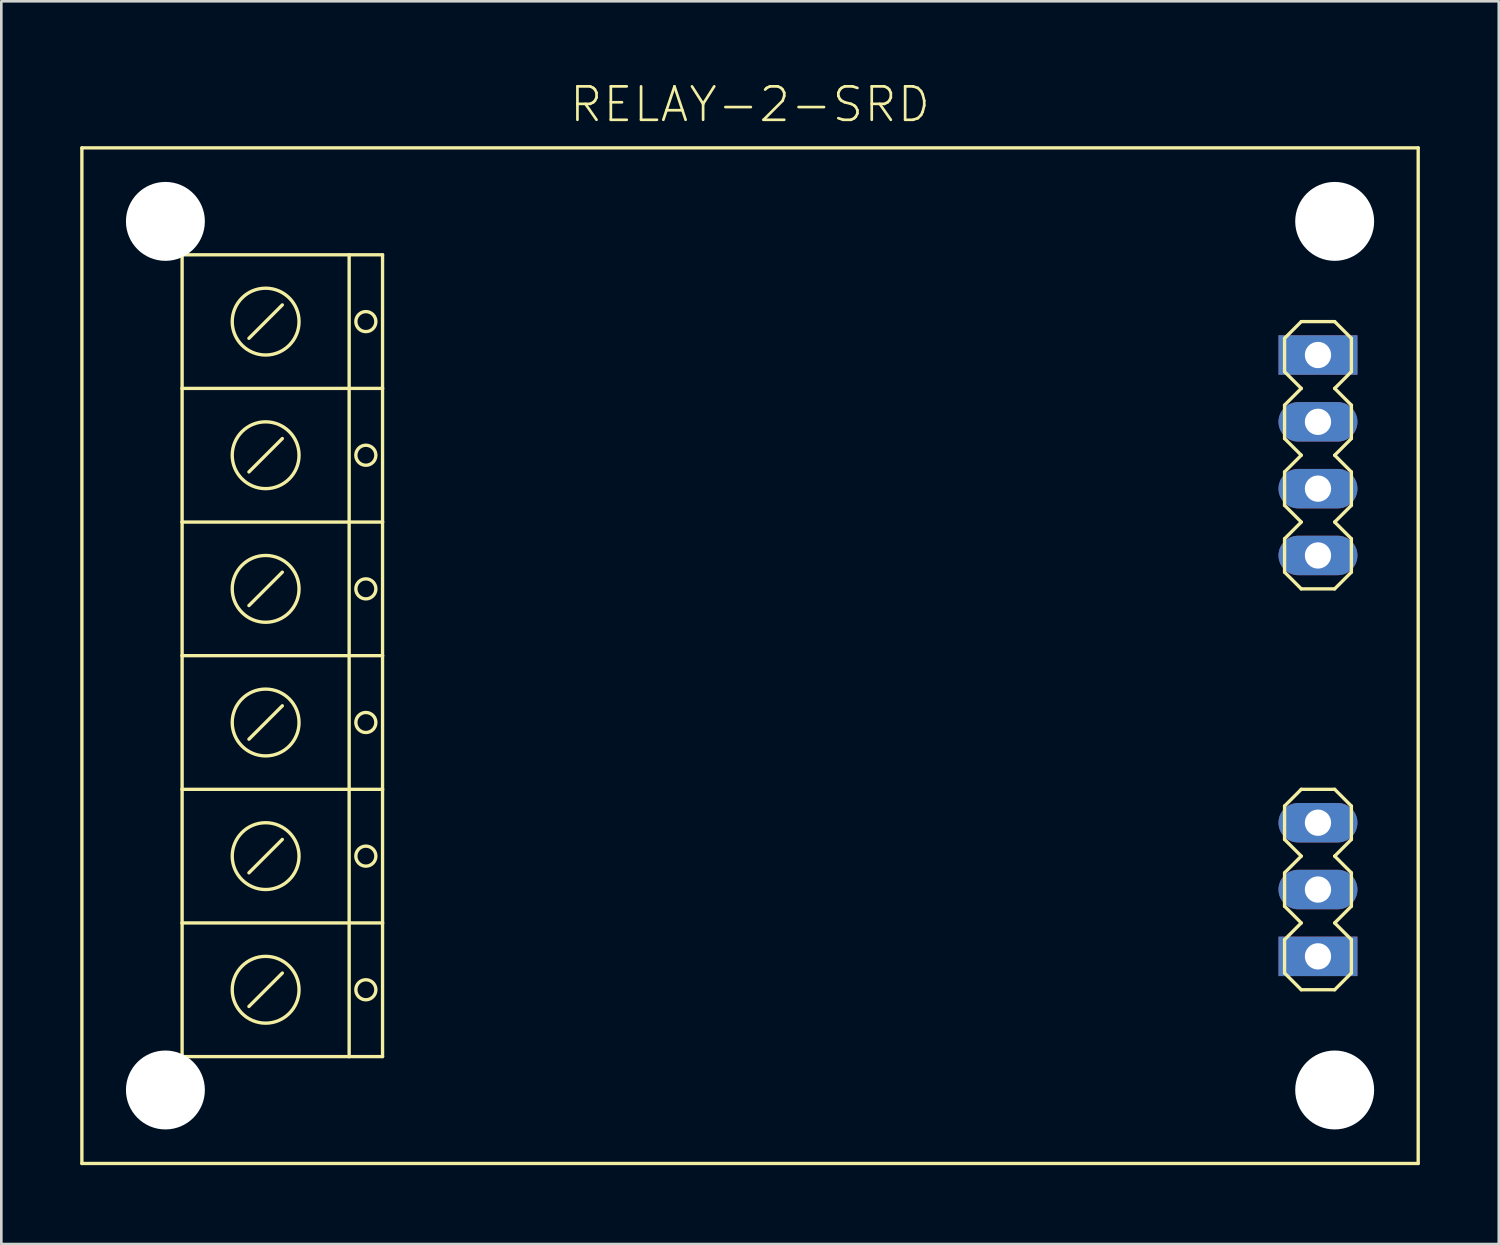
<source format=kicad_pcb>
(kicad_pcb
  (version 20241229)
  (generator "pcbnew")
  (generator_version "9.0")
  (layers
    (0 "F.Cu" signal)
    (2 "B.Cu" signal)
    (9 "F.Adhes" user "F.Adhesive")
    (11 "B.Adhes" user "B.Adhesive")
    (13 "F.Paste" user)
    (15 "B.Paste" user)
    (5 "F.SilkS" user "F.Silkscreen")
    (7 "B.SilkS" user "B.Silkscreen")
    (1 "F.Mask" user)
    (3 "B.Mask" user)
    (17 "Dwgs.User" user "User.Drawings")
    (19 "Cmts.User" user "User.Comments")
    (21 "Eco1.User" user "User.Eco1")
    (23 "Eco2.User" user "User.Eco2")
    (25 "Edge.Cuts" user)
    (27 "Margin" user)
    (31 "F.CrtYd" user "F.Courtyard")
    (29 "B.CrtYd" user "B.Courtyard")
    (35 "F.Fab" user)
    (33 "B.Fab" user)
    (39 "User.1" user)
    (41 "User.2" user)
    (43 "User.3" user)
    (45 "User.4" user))
  (footprint "RELAY-2-SRD"
    (layer "F.Cu")
    (at 25.463 21.876)
    (property "Reference" "RELAY-2-SRD" (at 0 -20.955 0) (layer "F.SilkS") (effects (font (size 1.27 1.27) (thickness 0.102))))
    (attr exclude_from_pos_files exclude_from_bom)
    (fp_line (start -25.4 -19.304) (end 25.4 -19.304) (stroke (width 0.127) (type solid)) (layer "F.SilkS"))
    (fp_line (start -25.4 19.304) (end -25.4 -19.304) (stroke (width 0.127) (type solid)) (layer "F.SilkS"))
    (fp_line (start -21.59 -15.24) (end -15.24 -15.24) (stroke (width 0.127) (type solid)) (layer "F.SilkS"))
    (fp_line (start -21.59 -10.16) (end -21.59 -15.24) (stroke (width 0.127) (type solid)) (layer "F.SilkS"))
    (fp_line (start -21.59 -5.08) (end -21.59 -10.16) (stroke (width 0.127) (type solid)) (layer "F.SilkS"))
    (fp_line (start -21.59 -5.08) (end -21.59 0) (stroke (width 0.127) (type solid)) (layer "F.SilkS"))
    (fp_line (start -21.59 0) (end -21.59 5.08) (stroke (width 0.127) (type solid)) (layer "F.SilkS"))
    (fp_line (start -21.59 0) (end -13.97 0) (stroke (width 0.127) (type solid)) (layer "F.SilkS"))
    (fp_line (start -21.59 5.08) (end -21.59 10.16) (stroke (width 0.127) (type solid)) (layer "F.SilkS"))
    (fp_line (start -21.59 5.08) (end -13.97 5.08) (stroke (width 0.127) (type solid)) (layer "F.SilkS"))
    (fp_line (start -21.59 10.16) (end -21.59 15.24) (stroke (width 0.127) (type solid)) (layer "F.SilkS"))
    (fp_line (start -21.59 10.16) (end -13.97 10.16) (stroke (width 0.127) (type solid)) (layer "F.SilkS"))
    (fp_line (start -21.59 15.24) (end -15.24 15.24) (stroke (width 0.127) (type solid)) (layer "F.SilkS"))
    (fp_line (start -17.78 -13.335) (end -19.05 -12.065) (stroke (width 0.127) (type solid)) (layer "F.SilkS"))
    (fp_line (start -17.78 -8.255) (end -19.05 -6.985) (stroke (width 0.127) (type solid)) (layer "F.SilkS"))
    (fp_line (start -17.78 -3.175) (end -19.05 -1.905) (stroke (width 0.127) (type solid)) (layer "F.SilkS"))
    (fp_line (start -17.78 1.905) (end -19.05 3.175) (stroke (width 0.127) (type solid)) (layer "F.SilkS"))
    (fp_line (start -17.78 6.985) (end -19.05 8.255) (stroke (width 0.127) (type solid)) (layer "F.SilkS"))
    (fp_line (start -17.78 12.065) (end -19.05 13.335) (stroke (width 0.127) (type solid)) (layer "F.SilkS"))
    (fp_line (start -15.24 -15.24) (end -15.24 15.24) (stroke (width 0.127) (type solid)) (layer "F.SilkS"))
    (fp_line (start -15.24 -15.24) (end -13.97 -15.24) (stroke (width 0.127) (type solid)) (layer "F.SilkS"))
    (fp_line (start -15.24 15.24) (end -13.97 15.24) (stroke (width 0.127) (type solid)) (layer "F.SilkS"))
    (fp_line (start -13.97 -15.24) (end -13.97 -10.16) (stroke (width 0.127) (type solid)) (layer "F.SilkS"))
    (fp_line (start -13.97 -10.16) (end -21.59 -10.16) (stroke (width 0.127) (type solid)) (layer "F.SilkS"))
    (fp_line (start -13.97 -10.16) (end -13.97 -5.08) (stroke (width 0.127) (type solid)) (layer "F.SilkS"))
    (fp_line (start -13.97 -5.08) (end -21.59 -5.08) (stroke (width 0.127) (type solid)) (layer "F.SilkS"))
    (fp_line (start -13.97 0) (end -13.97 -5.08) (stroke (width 0.127) (type solid)) (layer "F.SilkS"))
    (fp_line (start -13.97 5.08) (end -13.97 0) (stroke (width 0.127) (type solid)) (layer "F.SilkS"))
    (fp_line (start -13.97 10.16) (end -13.97 5.08) (stroke (width 0.127) (type solid)) (layer "F.SilkS"))
    (fp_line (start -13.97 15.24) (end -13.97 10.16) (stroke (width 0.127) (type solid)) (layer "F.SilkS"))
    (fp_line (start 20.32 -12.065) (end 20.955 -12.7) (stroke (width 0.127) (type solid)) (layer "F.SilkS"))
    (fp_line (start 20.32 -10.795) (end 20.32 -12.065) (stroke (width 0.127) (type solid)) (layer "F.SilkS"))
    (fp_line (start 20.32 -9.525) (end 20.955 -10.16) (stroke (width 0.127) (type solid)) (layer "F.SilkS"))
    (fp_line (start 20.32 -8.255) (end 20.32 -9.525) (stroke (width 0.127) (type solid)) (layer "F.SilkS"))
    (fp_line (start 20.32 -6.985) (end 20.955 -7.62) (stroke (width 0.127) (type solid)) (layer "F.SilkS"))
    (fp_line (start 20.32 -5.715) (end 20.32 -6.985) (stroke (width 0.127) (type solid)) (layer "F.SilkS"))
    (fp_line (start 20.32 -4.445) (end 20.955 -5.08) (stroke (width 0.127) (type solid)) (layer "F.SilkS"))
    (fp_line (start 20.32 -3.175) (end 20.32 -4.445) (stroke (width 0.127) (type solid)) (layer "F.SilkS"))
    (fp_line (start 20.32 5.715) (end 20.955 5.08) (stroke (width 0.127) (type solid)) (layer "F.SilkS"))
    (fp_line (start 20.32 6.985) (end 20.32 5.715) (stroke (width 0.127) (type solid)) (layer "F.SilkS"))
    (fp_line (start 20.32 8.255) (end 20.955 7.62) (stroke (width 0.127) (type solid)) (layer "F.SilkS"))
    (fp_line (start 20.32 9.525) (end 20.32 8.255) (stroke (width 0.127) (type solid)) (layer "F.SilkS"))
    (fp_line (start 20.32 10.795) (end 20.955 10.16) (stroke (width 0.127) (type solid)) (layer "F.SilkS"))
    (fp_line (start 20.32 12.065) (end 20.32 10.795) (stroke (width 0.127) (type solid)) (layer "F.SilkS"))
    (fp_line (start 20.955 -12.7) (end 22.225 -12.7) (stroke (width 0.127) (type solid)) (layer "F.SilkS"))
    (fp_line (start 20.955 -10.16) (end 20.32 -10.795) (stroke (width 0.127) (type solid)) (layer "F.SilkS"))
    (fp_line (start 20.955 -7.62) (end 20.32 -8.255) (stroke (width 0.127) (type solid)) (layer "F.SilkS"))
    (fp_line (start 20.955 -5.08) (end 20.32 -5.715) (stroke (width 0.127) (type solid)) (layer "F.SilkS"))
    (fp_line (start 20.955 -2.54) (end 20.32 -3.175) (stroke (width 0.127) (type solid)) (layer "F.SilkS"))
    (fp_line (start 20.955 5.08) (end 22.225 5.08) (stroke (width 0.127) (type solid)) (layer "F.SilkS"))
    (fp_line (start 20.955 7.62) (end 20.32 6.985) (stroke (width 0.127) (type solid)) (layer "F.SilkS"))
    (fp_line (start 20.955 10.16) (end 20.32 9.525) (stroke (width 0.127) (type solid)) (layer "F.SilkS"))
    (fp_line (start 20.955 12.7) (end 20.32 12.065) (stroke (width 0.127) (type solid)) (layer "F.SilkS"))
    (fp_line (start 22.225 -12.7) (end 22.86 -12.065) (stroke (width 0.127) (type solid)) (layer "F.SilkS"))
    (fp_line (start 22.225 -10.16) (end 22.86 -9.525) (stroke (width 0.127) (type solid)) (layer "F.SilkS"))
    (fp_line (start 22.225 -7.62) (end 22.86 -6.985) (stroke (width 0.127) (type solid)) (layer "F.SilkS"))
    (fp_line (start 22.225 -5.08) (end 22.86 -4.445) (stroke (width 0.127) (type solid)) (layer "F.SilkS"))
    (fp_line (start 22.225 -2.54) (end 20.955 -2.54) (stroke (width 0.127) (type solid)) (layer "F.SilkS"))
    (fp_line (start 22.225 5.08) (end 22.86 5.715) (stroke (width 0.127) (type solid)) (layer "F.SilkS"))
    (fp_line (start 22.225 7.62) (end 22.86 8.255) (stroke (width 0.127) (type solid)) (layer "F.SilkS"))
    (fp_line (start 22.225 10.16) (end 22.86 10.795) (stroke (width 0.127) (type solid)) (layer "F.SilkS"))
    (fp_line (start 22.225 12.7) (end 20.955 12.7) (stroke (width 0.127) (type solid)) (layer "F.SilkS"))
    (fp_line (start 22.86 -12.065) (end 22.86 -10.795) (stroke (width 0.127) (type solid)) (layer "F.SilkS"))
    (fp_line (start 22.86 -10.795) (end 22.225 -10.16) (stroke (width 0.127) (type solid)) (layer "F.SilkS"))
    (fp_line (start 22.86 -9.525) (end 22.86 -8.255) (stroke (width 0.127) (type solid)) (layer "F.SilkS"))
    (fp_line (start 22.86 -8.255) (end 22.225 -7.62) (stroke (width 0.127) (type solid)) (layer "F.SilkS"))
    (fp_line (start 22.86 -6.985) (end 22.86 -5.715) (stroke (width 0.127) (type solid)) (layer "F.SilkS"))
    (fp_line (start 22.86 -5.715) (end 22.225 -5.08) (stroke (width 0.127) (type solid)) (layer "F.SilkS"))
    (fp_line (start 22.86 -4.445) (end 22.86 -3.175) (stroke (width 0.127) (type solid)) (layer "F.SilkS"))
    (fp_line (start 22.86 -3.175) (end 22.225 -2.54) (stroke (width 0.127) (type solid)) (layer "F.SilkS"))
    (fp_line (start 22.86 5.715) (end 22.86 6.985) (stroke (width 0.127) (type solid)) (layer "F.SilkS"))
    (fp_line (start 22.86 6.985) (end 22.225 7.62) (stroke (width 0.127) (type solid)) (layer "F.SilkS"))
    (fp_line (start 22.86 8.255) (end 22.86 9.525) (stroke (width 0.127) (type solid)) (layer "F.SilkS"))
    (fp_line (start 22.86 9.525) (end 22.225 10.16) (stroke (width 0.127) (type solid)) (layer "F.SilkS"))
    (fp_line (start 22.86 10.795) (end 22.86 12.065) (stroke (width 0.127) (type solid)) (layer "F.SilkS"))
    (fp_line (start 22.86 12.065) (end 22.225 12.7) (stroke (width 0.127) (type solid)) (layer "F.SilkS"))
    (fp_line (start 25.4 -19.304) (end 25.4 19.304) (stroke (width 0.127) (type solid)) (layer "F.SilkS"))
    (fp_line (start 25.4 19.304) (end -25.4 19.304) (stroke (width 0.127) (type solid)) (layer "F.SilkS"))
    (fp_circle (center -18.415 -12.7) (end -18.415 -13.97) (stroke (width 0.127) (type solid)) (fill no) (layer "F.SilkS"))
    (fp_circle (center -18.415 -7.62) (end -18.415 -8.89) (stroke (width 0.127) (type solid)) (fill no) (layer "F.SilkS"))
    (fp_circle (center -18.415 -2.54) (end -18.415 -3.81) (stroke (width 0.127) (type solid)) (fill no) (layer "F.SilkS"))
    (fp_circle (center -18.415 2.54) (end -18.415 1.27) (stroke (width 0.127) (type solid)) (fill no) (layer "F.SilkS"))
    (fp_circle (center -18.415 7.62) (end -18.415 6.35) (stroke (width 0.127) (type solid)) (fill no) (layer "F.SilkS"))
    (fp_circle (center -18.415 12.7) (end -18.415 11.43) (stroke (width 0.127) (type solid)) (fill no) (layer "F.SilkS"))
    (fp_circle (center -14.605 -12.7) (end -14.605 -13.081) (stroke (width 0.127) (type solid)) (fill no) (layer "F.SilkS"))
    (fp_circle (center -14.605 -7.62) (end -14.605 -8.001) (stroke (width 0.127) (type solid)) (fill no) (layer "F.SilkS"))
    (fp_circle (center -14.605 -2.54) (end -14.605 -2.921) (stroke (width 0.127) (type solid)) (fill no) (layer "F.SilkS"))
    (fp_circle (center -14.605 2.54) (end -14.605 2.159) (stroke (width 0.127) (type solid)) (fill no) (layer "F.SilkS"))
    (fp_circle (center -14.605 7.62) (end -14.605 7.239) (stroke (width 0.127) (type solid)) (fill no) (layer "F.SilkS"))
    (fp_circle (center -14.605 12.7) (end -14.605 12.319) (stroke (width 0.127) (type solid)) (fill no) (layer "F.SilkS"))
    (pad "" np_thru_hole circle (at -22.225 -16.51) (size 3 3) (drill 3) (layers "*.Cu" "*.Mask"))
    (pad "" np_thru_hole circle (at -22.225 16.51) (size 3 3) (drill 3) (layers "*.Cu" "*.Mask"))
    (pad "" np_thru_hole circle (at 22.225 -16.51) (size 3 3) (drill 3) (layers "*.Cu" "*.Mask"))
    (pad "" np_thru_hole circle (at 22.225 16.51) (size 3 3) (drill 3) (layers "*.Cu" "*.Mask"))
    (pad "J1.1" thru_hole rect (at 21.59 -11.43) (size 3 1.5) (drill 1) (layers "*.Cu"))
    (pad "J1.2" thru_hole oval (at 21.59 -8.89) (size 3 1.5) (drill 1) (layers "*.Cu"))
    (pad "J1.3" thru_hole oval (at 21.59 -6.35) (size 3 1.5) (drill 1) (layers "*.Cu"))
    (pad "J1.4" thru_hole oval (at 21.59 -3.81) (size 3 1.5) (drill 1) (layers "*.Cu"))
    (pad "J2.1" thru_hole rect (at 21.59 11.43) (size 3 1.5) (drill 1) (layers "*.Cu"))
    (pad "J2.2" thru_hole oval (at 21.59 8.89) (size 3 1.5) (drill 1) (layers "*.Cu" "*.Paste" "*.Mask"))
    (pad "J2.3" thru_hole oval (at 21.59 6.35) (size 3 1.5) (drill 1) (layers "*.Cu")))
  (gr_rect
    (start -3 -3)
    (end 53.927 44.244)
    (stroke (width 0.1) (type default))
    (fill no)
    (layer "Edge.Cuts")))
</source>
